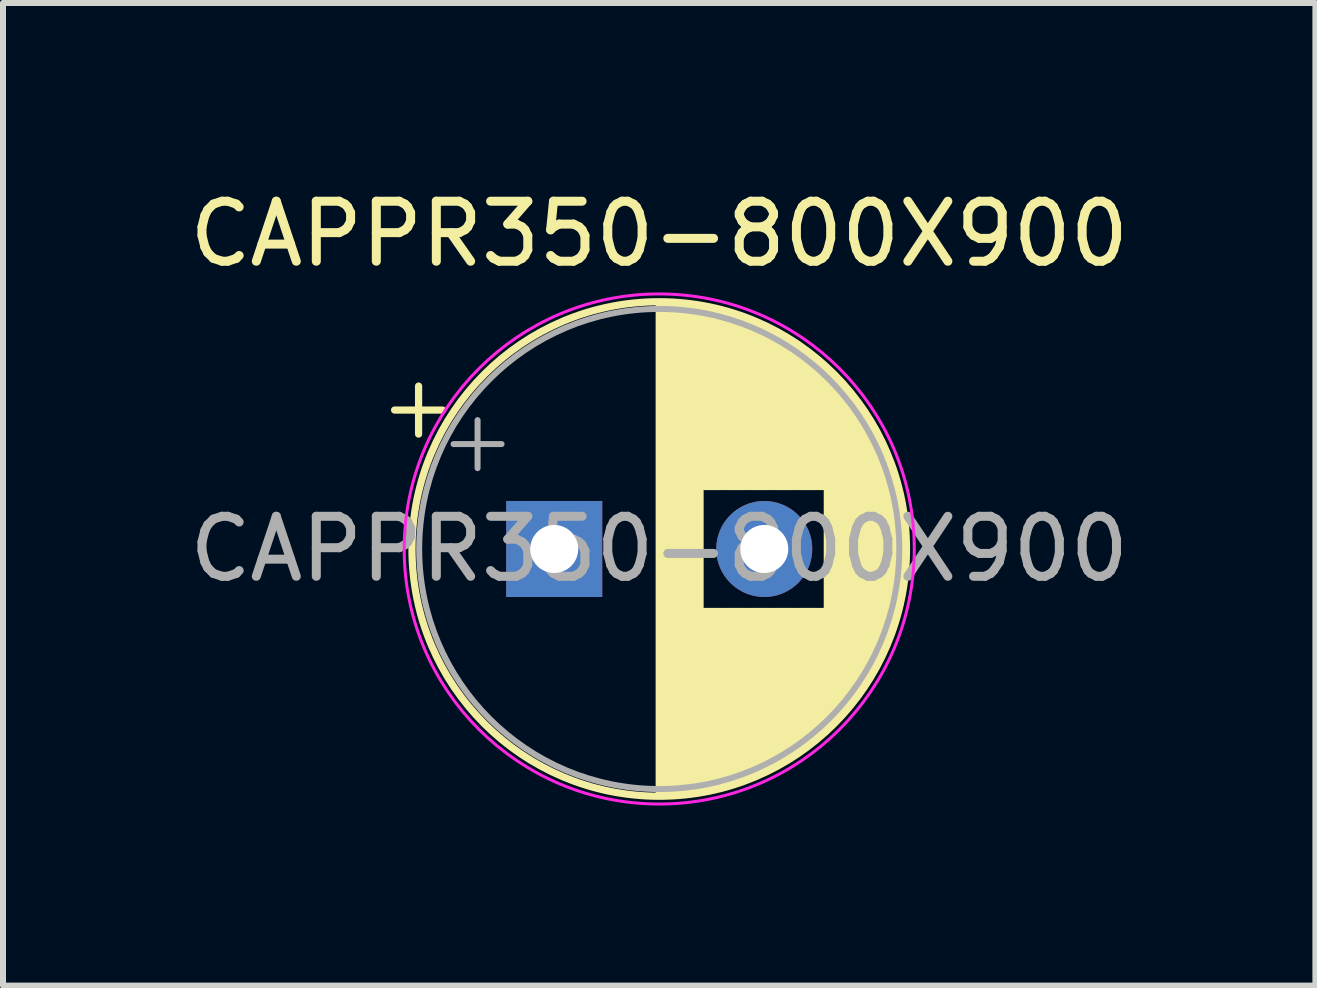
<source format=kicad_pcb>
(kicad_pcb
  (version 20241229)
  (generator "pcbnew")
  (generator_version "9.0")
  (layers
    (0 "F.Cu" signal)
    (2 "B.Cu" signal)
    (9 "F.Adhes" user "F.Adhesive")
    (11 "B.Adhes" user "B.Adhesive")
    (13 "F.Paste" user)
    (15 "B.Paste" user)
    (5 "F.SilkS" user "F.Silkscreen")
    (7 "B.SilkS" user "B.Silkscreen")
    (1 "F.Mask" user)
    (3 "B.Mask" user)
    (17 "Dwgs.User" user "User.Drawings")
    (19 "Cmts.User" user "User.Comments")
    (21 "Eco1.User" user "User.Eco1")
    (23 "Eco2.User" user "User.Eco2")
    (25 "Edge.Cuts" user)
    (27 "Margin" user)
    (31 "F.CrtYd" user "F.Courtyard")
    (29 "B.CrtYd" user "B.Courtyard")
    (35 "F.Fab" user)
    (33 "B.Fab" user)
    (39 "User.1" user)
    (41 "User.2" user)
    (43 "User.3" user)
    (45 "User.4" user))
  (footprint "CAPPR350-800X900"
    (layer "F.Cu")
    (at 6.185 6.098)
    (property "Reference" "CAPPR350-800X900" (at 1.75 -5.25 0) (layer "F.SilkS") (effects (font (size 1 1) (thickness 0.15))))
    (attr through_hole)
    (fp_line (start -2.66 -2.315) (end -1.86 -2.315) (stroke (width 0.12) (type solid)) (layer "F.SilkS"))
    (fp_line (start -2.26 -2.715) (end -2.26 -1.915) (stroke (width 0.12) (type solid)) (layer "F.SilkS"))
    (fp_line (start 1.75 -4.08) (end 1.75 4.08) (stroke (width 0.12) (type solid)) (layer "F.SilkS"))
    (fp_line (start 1.79 -4.08) (end 1.79 4.08) (stroke (width 0.12) (type solid)) (layer "F.SilkS"))
    (fp_line (start 1.83 -4.08) (end 1.83 4.08) (stroke (width 0.12) (type solid)) (layer "F.SilkS"))
    (fp_line (start 1.87 -4.079) (end 1.87 4.079) (stroke (width 0.12) (type solid)) (layer "F.SilkS"))
    (fp_line (start 1.91 -4.077) (end 1.91 4.077) (stroke (width 0.12) (type solid)) (layer "F.SilkS"))
    (fp_line (start 1.95 -4.076) (end 1.95 4.076) (stroke (width 0.12) (type solid)) (layer "F.SilkS"))
    (fp_line (start 1.99 -4.074) (end 1.99 4.074) (stroke (width 0.12) (type solid)) (layer "F.SilkS"))
    (fp_line (start 2.03 -4.071) (end 2.03 4.071) (stroke (width 0.12) (type solid)) (layer "F.SilkS"))
    (fp_line (start 2.07 -4.068) (end 2.07 4.068) (stroke (width 0.12) (type solid)) (layer "F.SilkS"))
    (fp_line (start 2.11 -4.065) (end 2.11 4.065) (stroke (width 0.12) (type solid)) (layer "F.SilkS"))
    (fp_line (start 2.15 -4.061) (end 2.15 4.061) (stroke (width 0.12) (type solid)) (layer "F.SilkS"))
    (fp_line (start 2.19 -4.057) (end 2.19 4.057) (stroke (width 0.12) (type solid)) (layer "F.SilkS"))
    (fp_line (start 2.23 -4.052) (end 2.23 4.052) (stroke (width 0.12) (type solid)) (layer "F.SilkS"))
    (fp_line (start 2.27 -4.048) (end 2.27 4.048) (stroke (width 0.12) (type solid)) (layer "F.SilkS"))
    (fp_line (start 2.31 -4.042) (end 2.31 4.042) (stroke (width 0.12) (type solid)) (layer "F.SilkS"))
    (fp_line (start 2.35 -4.037) (end 2.35 4.037) (stroke (width 0.12) (type solid)) (layer "F.SilkS"))
    (fp_line (start 2.39 -4.03) (end 2.39 4.03) (stroke (width 0.12) (type solid)) (layer "F.SilkS"))
    (fp_line (start 2.43 -4.024) (end 2.43 4.024) (stroke (width 0.12) (type solid)) (layer "F.SilkS"))
    (fp_line (start 2.471 -4.017) (end 2.471 -1.04) (stroke (width 0.12) (type solid)) (layer "F.SilkS"))
    (fp_line (start 2.471 1.04) (end 2.471 4.017) (stroke (width 0.12) (type solid)) (layer "F.SilkS"))
    (fp_line (start 2.511 -4.01) (end 2.511 -1.04) (stroke (width 0.12) (type solid)) (layer "F.SilkS"))
    (fp_line (start 2.511 1.04) (end 2.511 4.01) (stroke (width 0.12) (type solid)) (layer "F.SilkS"))
    (fp_line (start 2.551 -4.002) (end 2.551 -1.04) (stroke (width 0.12) (type solid)) (layer "F.SilkS"))
    (fp_line (start 2.551 1.04) (end 2.551 4.002) (stroke (width 0.12) (type solid)) (layer "F.SilkS"))
    (fp_line (start 2.591 -3.994) (end 2.591 -1.04) (stroke (width 0.12) (type solid)) (layer "F.SilkS"))
    (fp_line (start 2.591 1.04) (end 2.591 3.994) (stroke (width 0.12) (type solid)) (layer "F.SilkS"))
    (fp_line (start 2.631 -3.985) (end 2.631 -1.04) (stroke (width 0.12) (type solid)) (layer "F.SilkS"))
    (fp_line (start 2.631 1.04) (end 2.631 3.985) (stroke (width 0.12) (type solid)) (layer "F.SilkS"))
    (fp_line (start 2.671 -3.976) (end 2.671 -1.04) (stroke (width 0.12) (type solid)) (layer "F.SilkS"))
    (fp_line (start 2.671 1.04) (end 2.671 3.976) (stroke (width 0.12) (type solid)) (layer "F.SilkS"))
    (fp_line (start 2.711 -3.967) (end 2.711 -1.04) (stroke (width 0.12) (type solid)) (layer "F.SilkS"))
    (fp_line (start 2.711 1.04) (end 2.711 3.967) (stroke (width 0.12) (type solid)) (layer "F.SilkS"))
    (fp_line (start 2.751 -3.957) (end 2.751 -1.04) (stroke (width 0.12) (type solid)) (layer "F.SilkS"))
    (fp_line (start 2.751 1.04) (end 2.751 3.957) (stroke (width 0.12) (type solid)) (layer "F.SilkS"))
    (fp_line (start 2.791 -3.947) (end 2.791 -1.04) (stroke (width 0.12) (type solid)) (layer "F.SilkS"))
    (fp_line (start 2.791 1.04) (end 2.791 3.947) (stroke (width 0.12) (type solid)) (layer "F.SilkS"))
    (fp_line (start 2.831 -3.936) (end 2.831 -1.04) (stroke (width 0.12) (type solid)) (layer "F.SilkS"))
    (fp_line (start 2.831 1.04) (end 2.831 3.936) (stroke (width 0.12) (type solid)) (layer "F.SilkS"))
    (fp_line (start 2.871 -3.925) (end 2.871 -1.04) (stroke (width 0.12) (type solid)) (layer "F.SilkS"))
    (fp_line (start 2.871 1.04) (end 2.871 3.925) (stroke (width 0.12) (type solid)) (layer "F.SilkS"))
    (fp_line (start 2.911 -3.914) (end 2.911 -1.04) (stroke (width 0.12) (type solid)) (layer "F.SilkS"))
    (fp_line (start 2.911 1.04) (end 2.911 3.914) (stroke (width 0.12) (type solid)) (layer "F.SilkS"))
    (fp_line (start 2.951 -3.902) (end 2.951 -1.04) (stroke (width 0.12) (type solid)) (layer "F.SilkS"))
    (fp_line (start 2.951 1.04) (end 2.951 3.902) (stroke (width 0.12) (type solid)) (layer "F.SilkS"))
    (fp_line (start 2.991 -3.889) (end 2.991 -1.04) (stroke (width 0.12) (type solid)) (layer "F.SilkS"))
    (fp_line (start 2.991 1.04) (end 2.991 3.889) (stroke (width 0.12) (type solid)) (layer "F.SilkS"))
    (fp_line (start 3.031 -3.877) (end 3.031 -1.04) (stroke (width 0.12) (type solid)) (layer "F.SilkS"))
    (fp_line (start 3.031 1.04) (end 3.031 3.877) (stroke (width 0.12) (type solid)) (layer "F.SilkS"))
    (fp_line (start 3.071 -3.863) (end 3.071 -1.04) (stroke (width 0.12) (type solid)) (layer "F.SilkS"))
    (fp_line (start 3.071 1.04) (end 3.071 3.863) (stroke (width 0.12) (type solid)) (layer "F.SilkS"))
    (fp_line (start 3.111 -3.85) (end 3.111 -1.04) (stroke (width 0.12) (type solid)) (layer "F.SilkS"))
    (fp_line (start 3.111 1.04) (end 3.111 3.85) (stroke (width 0.12) (type solid)) (layer "F.SilkS"))
    (fp_line (start 3.151 -3.835) (end 3.151 -1.04) (stroke (width 0.12) (type solid)) (layer "F.SilkS"))
    (fp_line (start 3.151 1.04) (end 3.151 3.835) (stroke (width 0.12) (type solid)) (layer "F.SilkS"))
    (fp_line (start 3.191 -3.821) (end 3.191 -1.04) (stroke (width 0.12) (type solid)) (layer "F.SilkS"))
    (fp_line (start 3.191 1.04) (end 3.191 3.821) (stroke (width 0.12) (type solid)) (layer "F.SilkS"))
    (fp_line (start 3.231 -3.805) (end 3.231 -1.04) (stroke (width 0.12) (type solid)) (layer "F.SilkS"))
    (fp_line (start 3.231 1.04) (end 3.231 3.805) (stroke (width 0.12) (type solid)) (layer "F.SilkS"))
    (fp_line (start 3.271 -3.79) (end 3.271 -1.04) (stroke (width 0.12) (type solid)) (layer "F.SilkS"))
    (fp_line (start 3.271 1.04) (end 3.271 3.79) (stroke (width 0.12) (type solid)) (layer "F.SilkS"))
    (fp_line (start 3.311 -3.774) (end 3.311 -1.04) (stroke (width 0.12) (type solid)) (layer "F.SilkS"))
    (fp_line (start 3.311 1.04) (end 3.311 3.774) (stroke (width 0.12) (type solid)) (layer "F.SilkS"))
    (fp_line (start 3.351 -3.757) (end 3.351 -1.04) (stroke (width 0.12) (type solid)) (layer "F.SilkS"))
    (fp_line (start 3.351 1.04) (end 3.351 3.757) (stroke (width 0.12) (type solid)) (layer "F.SilkS"))
    (fp_line (start 3.391 -3.74) (end 3.391 -1.04) (stroke (width 0.12) (type solid)) (layer "F.SilkS"))
    (fp_line (start 3.391 1.04) (end 3.391 3.74) (stroke (width 0.12) (type solid)) (layer "F.SilkS"))
    (fp_line (start 3.431 -3.722) (end 3.431 -1.04) (stroke (width 0.12) (type solid)) (layer "F.SilkS"))
    (fp_line (start 3.431 1.04) (end 3.431 3.722) (stroke (width 0.12) (type solid)) (layer "F.SilkS"))
    (fp_line (start 3.471 -3.704) (end 3.471 -1.04) (stroke (width 0.12) (type solid)) (layer "F.SilkS"))
    (fp_line (start 3.471 1.04) (end 3.471 3.704) (stroke (width 0.12) (type solid)) (layer "F.SilkS"))
    (fp_line (start 3.511 -3.686) (end 3.511 -1.04) (stroke (width 0.12) (type solid)) (layer "F.SilkS"))
    (fp_line (start 3.511 1.04) (end 3.511 3.686) (stroke (width 0.12) (type solid)) (layer "F.SilkS"))
    (fp_line (start 3.551 -3.666) (end 3.551 -1.04) (stroke (width 0.12) (type solid)) (layer "F.SilkS"))
    (fp_line (start 3.551 1.04) (end 3.551 3.666) (stroke (width 0.12) (type solid)) (layer "F.SilkS"))
    (fp_line (start 3.591 -3.647) (end 3.591 -1.04) (stroke (width 0.12) (type solid)) (layer "F.SilkS"))
    (fp_line (start 3.591 1.04) (end 3.591 3.647) (stroke (width 0.12) (type solid)) (layer "F.SilkS"))
    (fp_line (start 3.631 -3.627) (end 3.631 -1.04) (stroke (width 0.12) (type solid)) (layer "F.SilkS"))
    (fp_line (start 3.631 1.04) (end 3.631 3.627) (stroke (width 0.12) (type solid)) (layer "F.SilkS"))
    (fp_line (start 3.671 -3.606) (end 3.671 -1.04) (stroke (width 0.12) (type solid)) (layer "F.SilkS"))
    (fp_line (start 3.671 1.04) (end 3.671 3.606) (stroke (width 0.12) (type solid)) (layer "F.SilkS"))
    (fp_line (start 3.711 -3.584) (end 3.711 -1.04) (stroke (width 0.12) (type solid)) (layer "F.SilkS"))
    (fp_line (start 3.711 1.04) (end 3.711 3.584) (stroke (width 0.12) (type solid)) (layer "F.SilkS"))
    (fp_line (start 3.751 -3.562) (end 3.751 -1.04) (stroke (width 0.12) (type solid)) (layer "F.SilkS"))
    (fp_line (start 3.751 1.04) (end 3.751 3.562) (stroke (width 0.12) (type solid)) (layer "F.SilkS"))
    (fp_line (start 3.791 -3.54) (end 3.791 -1.04) (stroke (width 0.12) (type solid)) (layer "F.SilkS"))
    (fp_line (start 3.791 1.04) (end 3.791 3.54) (stroke (width 0.12) (type solid)) (layer "F.SilkS"))
    (fp_line (start 3.831 -3.517) (end 3.831 -1.04) (stroke (width 0.12) (type solid)) (layer "F.SilkS"))
    (fp_line (start 3.831 1.04) (end 3.831 3.517) (stroke (width 0.12) (type solid)) (layer "F.SilkS"))
    (fp_line (start 3.871 -3.493) (end 3.871 -1.04) (stroke (width 0.12) (type solid)) (layer "F.SilkS"))
    (fp_line (start 3.871 1.04) (end 3.871 3.493) (stroke (width 0.12) (type solid)) (layer "F.SilkS"))
    (fp_line (start 3.911 -3.469) (end 3.911 -1.04) (stroke (width 0.12) (type solid)) (layer "F.SilkS"))
    (fp_line (start 3.911 1.04) (end 3.911 3.469) (stroke (width 0.12) (type solid)) (layer "F.SilkS"))
    (fp_line (start 3.951 -3.444) (end 3.951 -1.04) (stroke (width 0.12) (type solid)) (layer "F.SilkS"))
    (fp_line (start 3.951 1.04) (end 3.951 3.444) (stroke (width 0.12) (type solid)) (layer "F.SilkS"))
    (fp_line (start 3.991 -3.418) (end 3.991 -1.04) (stroke (width 0.12) (type solid)) (layer "F.SilkS"))
    (fp_line (start 3.991 1.04) (end 3.991 3.418) (stroke (width 0.12) (type solid)) (layer "F.SilkS"))
    (fp_line (start 4.031 -3.392) (end 4.031 -1.04) (stroke (width 0.12) (type solid)) (layer "F.SilkS"))
    (fp_line (start 4.031 1.04) (end 4.031 3.392) (stroke (width 0.12) (type solid)) (layer "F.SilkS"))
    (fp_line (start 4.071 -3.365) (end 4.071 -1.04) (stroke (width 0.12) (type solid)) (layer "F.SilkS"))
    (fp_line (start 4.071 1.04) (end 4.071 3.365) (stroke (width 0.12) (type solid)) (layer "F.SilkS"))
    (fp_line (start 4.111 -3.338) (end 4.111 -1.04) (stroke (width 0.12) (type solid)) (layer "F.SilkS"))
    (fp_line (start 4.111 1.04) (end 4.111 3.338) (stroke (width 0.12) (type solid)) (layer "F.SilkS"))
    (fp_line (start 4.151 -3.309) (end 4.151 -1.04) (stroke (width 0.12) (type solid)) (layer "F.SilkS"))
    (fp_line (start 4.151 1.04) (end 4.151 3.309) (stroke (width 0.12) (type solid)) (layer "F.SilkS"))
    (fp_line (start 4.191 -3.28) (end 4.191 -1.04) (stroke (width 0.12) (type solid)) (layer "F.SilkS"))
    (fp_line (start 4.191 1.04) (end 4.191 3.28) (stroke (width 0.12) (type solid)) (layer "F.SilkS"))
    (fp_line (start 4.231 -3.25) (end 4.231 -1.04) (stroke (width 0.12) (type solid)) (layer "F.SilkS"))
    (fp_line (start 4.231 1.04) (end 4.231 3.25) (stroke (width 0.12) (type solid)) (layer "F.SilkS"))
    (fp_line (start 4.271 -3.22) (end 4.271 -1.04) (stroke (width 0.12) (type solid)) (layer "F.SilkS"))
    (fp_line (start 4.271 1.04) (end 4.271 3.22) (stroke (width 0.12) (type solid)) (layer "F.SilkS"))
    (fp_line (start 4.311 -3.189) (end 4.311 -1.04) (stroke (width 0.12) (type solid)) (layer "F.SilkS"))
    (fp_line (start 4.311 1.04) (end 4.311 3.189) (stroke (width 0.12) (type solid)) (layer "F.SilkS"))
    (fp_line (start 4.351 -3.156) (end 4.351 -1.04) (stroke (width 0.12) (type solid)) (layer "F.SilkS"))
    (fp_line (start 4.351 1.04) (end 4.351 3.156) (stroke (width 0.12) (type solid)) (layer "F.SilkS"))
    (fp_line (start 4.391 -3.124) (end 4.391 -1.04) (stroke (width 0.12) (type solid)) (layer "F.SilkS"))
    (fp_line (start 4.391 1.04) (end 4.391 3.124) (stroke (width 0.12) (type solid)) (layer "F.SilkS"))
    (fp_line (start 4.431 -3.09) (end 4.431 -1.04) (stroke (width 0.12) (type solid)) (layer "F.SilkS"))
    (fp_line (start 4.431 1.04) (end 4.431 3.09) (stroke (width 0.12) (type solid)) (layer "F.SilkS"))
    (fp_line (start 4.471 -3.055) (end 4.471 -1.04) (stroke (width 0.12) (type solid)) (layer "F.SilkS"))
    (fp_line (start 4.471 1.04) (end 4.471 3.055) (stroke (width 0.12) (type solid)) (layer "F.SilkS"))
    (fp_line (start 4.511 -3.019) (end 4.511 -1.04) (stroke (width 0.12) (type solid)) (layer "F.SilkS"))
    (fp_line (start 4.511 1.04) (end 4.511 3.019) (stroke (width 0.12) (type solid)) (layer "F.SilkS"))
    (fp_line (start 4.551 -2.983) (end 4.551 2.983) (stroke (width 0.12) (type solid)) (layer "F.SilkS"))
    (fp_line (start 4.591 -2.945) (end 4.591 2.945) (stroke (width 0.12) (type solid)) (layer "F.SilkS"))
    (fp_line (start 4.631 -2.907) (end 4.631 2.907) (stroke (width 0.12) (type solid)) (layer "F.SilkS"))
    (fp_line (start 4.671 -2.867) (end 4.671 2.867) (stroke (width 0.12) (type solid)) (layer "F.SilkS"))
    (fp_line (start 4.711 -2.826) (end 4.711 2.826) (stroke (width 0.12) (type solid)) (layer "F.SilkS"))
    (fp_line (start 4.751 -2.784) (end 4.751 2.784) (stroke (width 0.12) (type solid)) (layer "F.SilkS"))
    (fp_line (start 4.791 -2.741) (end 4.791 2.741) (stroke (width 0.12) (type solid)) (layer "F.SilkS"))
    (fp_line (start 4.831 -2.697) (end 4.831 2.697) (stroke (width 0.12) (type solid)) (layer "F.SilkS"))
    (fp_line (start 4.871 -2.651) (end 4.871 2.651) (stroke (width 0.12) (type solid)) (layer "F.SilkS"))
    (fp_line (start 4.911 -2.604) (end 4.911 2.604) (stroke (width 0.12) (type solid)) (layer "F.SilkS"))
    (fp_line (start 4.951 -2.556) (end 4.951 2.556) (stroke (width 0.12) (type solid)) (layer "F.SilkS"))
    (fp_line (start 4.991 -2.505) (end 4.991 2.505) (stroke (width 0.12) (type solid)) (layer "F.SilkS"))
    (fp_line (start 5.031 -2.454) (end 5.031 2.454) (stroke (width 0.12) (type solid)) (layer "F.SilkS"))
    (fp_line (start 5.071 -2.4) (end 5.071 2.4) (stroke (width 0.12) (type solid)) (layer "F.SilkS"))
    (fp_line (start 5.111 -2.345) (end 5.111 2.345) (stroke (width 0.12) (type solid)) (layer "F.SilkS"))
    (fp_line (start 5.151 -2.287) (end 5.151 2.287) (stroke (width 0.12) (type solid)) (layer "F.SilkS"))
    (fp_line (start 5.191 -2.228) (end 5.191 2.228) (stroke (width 0.12) (type solid)) (layer "F.SilkS"))
    (fp_line (start 5.231 -2.166) (end 5.231 2.166) (stroke (width 0.12) (type solid)) (layer "F.SilkS"))
    (fp_line (start 5.271 -2.102) (end 5.271 2.102) (stroke (width 0.12) (type solid)) (layer "F.SilkS"))
    (fp_line (start 5.311 -2.034) (end 5.311 2.034) (stroke (width 0.12) (type solid)) (layer "F.SilkS"))
    (fp_line (start 5.351 -1.964) (end 5.351 1.964) (stroke (width 0.12) (type solid)) (layer "F.SilkS"))
    (fp_line (start 5.391 -1.89) (end 5.391 1.89) (stroke (width 0.12) (type solid)) (layer "F.SilkS"))
    (fp_line (start 5.431 -1.813) (end 5.431 1.813) (stroke (width 0.12) (type solid)) (layer "F.SilkS"))
    (fp_line (start 5.471 -1.731) (end 5.471 1.731) (stroke (width 0.12) (type solid)) (layer "F.SilkS"))
    (fp_line (start 5.511 -1.645) (end 5.511 1.645) (stroke (width 0.12) (type solid)) (layer "F.SilkS"))
    (fp_line (start 5.551 -1.552) (end 5.551 1.552) (stroke (width 0.12) (type solid)) (layer "F.SilkS"))
    (fp_line (start 5.591 -1.453) (end 5.591 1.453) (stroke (width 0.12) (type solid)) (layer "F.SilkS"))
    (fp_line (start 5.631 -1.346) (end 5.631 1.346) (stroke (width 0.12) (type solid)) (layer "F.SilkS"))
    (fp_line (start 5.671 -1.229) (end 5.671 1.229) (stroke (width 0.12) (type solid)) (layer "F.SilkS"))
    (fp_line (start 5.711 -1.098) (end 5.711 1.098) (stroke (width 0.12) (type solid)) (layer "F.SilkS"))
    (fp_line (start 5.751 -0.948) (end 5.751 0.948) (stroke (width 0.12) (type solid)) (layer "F.SilkS"))
    (fp_line (start 5.791 -0.768) (end 5.791 0.768) (stroke (width 0.12) (type solid)) (layer "F.SilkS"))
    (fp_line (start 5.831 -0.533) (end 5.831 0.533) (stroke (width 0.12) (type solid)) (layer "F.SilkS"))
    (fp_circle (center 1.75 0) (end 5.87 0) (stroke (width 0.12) (type solid)) (fill no) (layer "F.SilkS"))
    (fp_circle (center 1.75 0) (end 6 0) (stroke (width 0.05) (type solid)) (fill no) (layer "F.CrtYd"))
    (fp_line (start -1.677 -1.748) (end -0.877 -1.748) (stroke (width 0.1) (type solid)) (layer "F.Fab"))
    (fp_line (start -1.277 -2.147) (end -1.277 -1.347) (stroke (width 0.1) (type solid)) (layer "F.Fab"))
    (fp_circle (center 1.75 0) (end 5.75 0) (stroke (width 0.1) (type solid)) (fill no) (layer "F.Fab"))
    (fp_text user "${REFERENCE}" (at 1.75 0 0) (layer "F.Fab") (effects (font (size 1 1) (thickness 0.15))))
    (pad "1" thru_hole rect (at 0 0) (size 1.6 1.6) (drill 0.8) (layers "*.Cu" "*.Mask"))
    (pad "2" thru_hole circle (at 3.5 0) (size 1.6 1.6) (drill 0.8) (layers "*.Cu" "*.Mask")))
  (gr_rect
    (start -3 -3)
    (end 18.869 13.373)
    (stroke (width 0.1) (type default))
    (fill no)
    (layer "Edge.Cuts")))
</source>
